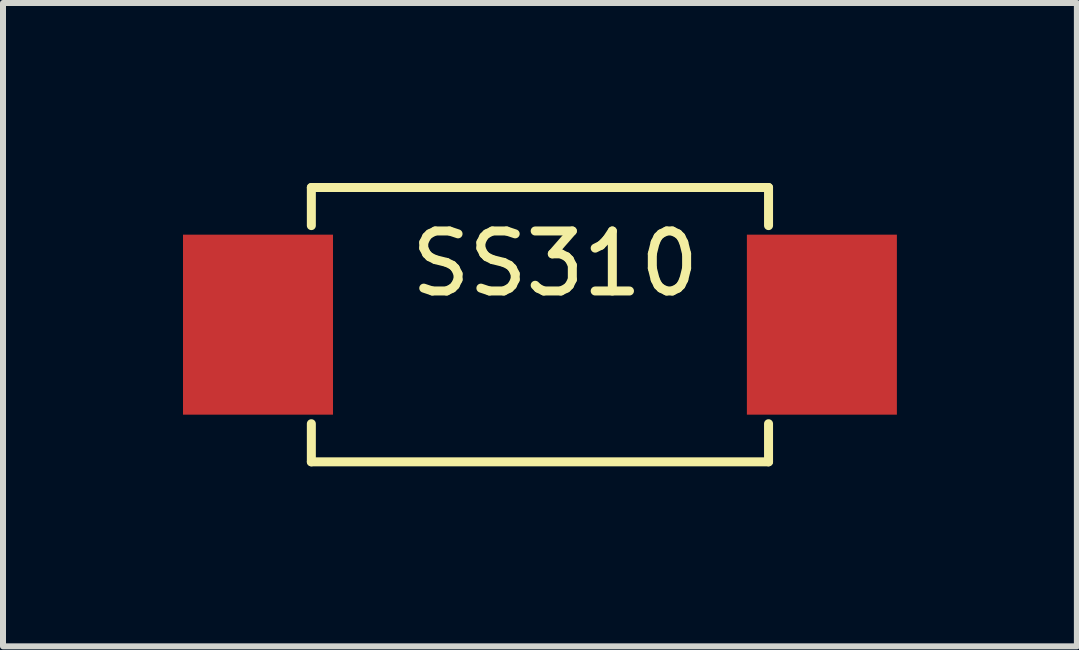
<source format=kicad_pcb>
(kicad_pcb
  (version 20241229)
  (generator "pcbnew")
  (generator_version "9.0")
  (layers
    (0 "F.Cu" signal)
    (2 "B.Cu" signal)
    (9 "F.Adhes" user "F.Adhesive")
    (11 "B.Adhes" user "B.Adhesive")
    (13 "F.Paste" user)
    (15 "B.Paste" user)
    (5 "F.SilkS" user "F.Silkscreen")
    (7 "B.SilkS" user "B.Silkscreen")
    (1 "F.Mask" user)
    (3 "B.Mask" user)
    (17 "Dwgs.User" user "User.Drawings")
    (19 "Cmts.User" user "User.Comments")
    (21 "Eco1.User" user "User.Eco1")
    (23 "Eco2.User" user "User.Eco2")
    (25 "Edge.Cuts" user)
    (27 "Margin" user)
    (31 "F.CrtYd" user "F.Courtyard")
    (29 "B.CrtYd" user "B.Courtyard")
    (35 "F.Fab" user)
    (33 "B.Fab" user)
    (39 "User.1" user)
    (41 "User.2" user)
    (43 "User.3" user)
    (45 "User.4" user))
  (footprint "SS310"
    (layer "F.Cu")
    (at 5.949 2.361)
    (property "Reference" "SS310" (at 0.254 -1.016 0) (layer "F.SilkS") (effects (font (size 1 1) (thickness 0.15))))
    (attr through_hole)
    (fp_line (start -3.81 -1.651) (end -3.81 -2.286) (stroke (width 0.15) (type solid)) (layer "F.SilkS"))
    (fp_line (start -3.81 1.651) (end -3.81 2.286) (stroke (width 0.15) (type solid)) (layer "F.SilkS"))
    (fp_line (start 3.81 -2.286) (end -3.81 -2.286) (stroke (width 0.15) (type solid)) (layer "F.SilkS"))
    (fp_line (start 3.81 -1.651) (end 3.81 -2.286) (stroke (width 0.15) (type solid)) (layer "F.SilkS"))
    (fp_line (start 3.81 1.651) (end 3.81 2.286) (stroke (width 0.15) (type solid)) (layer "F.SilkS"))
    (fp_line (start 3.81 2.286) (end -3.81 2.286) (stroke (width 0.15) (type solid)) (layer "F.SilkS"))
    (pad "1" smd rect (at -4.699 0) (size 2.5 3) (layers "F.Cu" "F.Mask" "F.Paste"))
    (pad "2" smd rect (at 4.699 0) (size 2.5 3) (layers "F.Cu" "F.Mask" "F.Paste")))
  (gr_rect
    (start -3 -3)
    (end 14.898 7.722)
    (stroke (width 0.1) (type default))
    (fill no)
    (layer "Edge.Cuts")))
</source>
